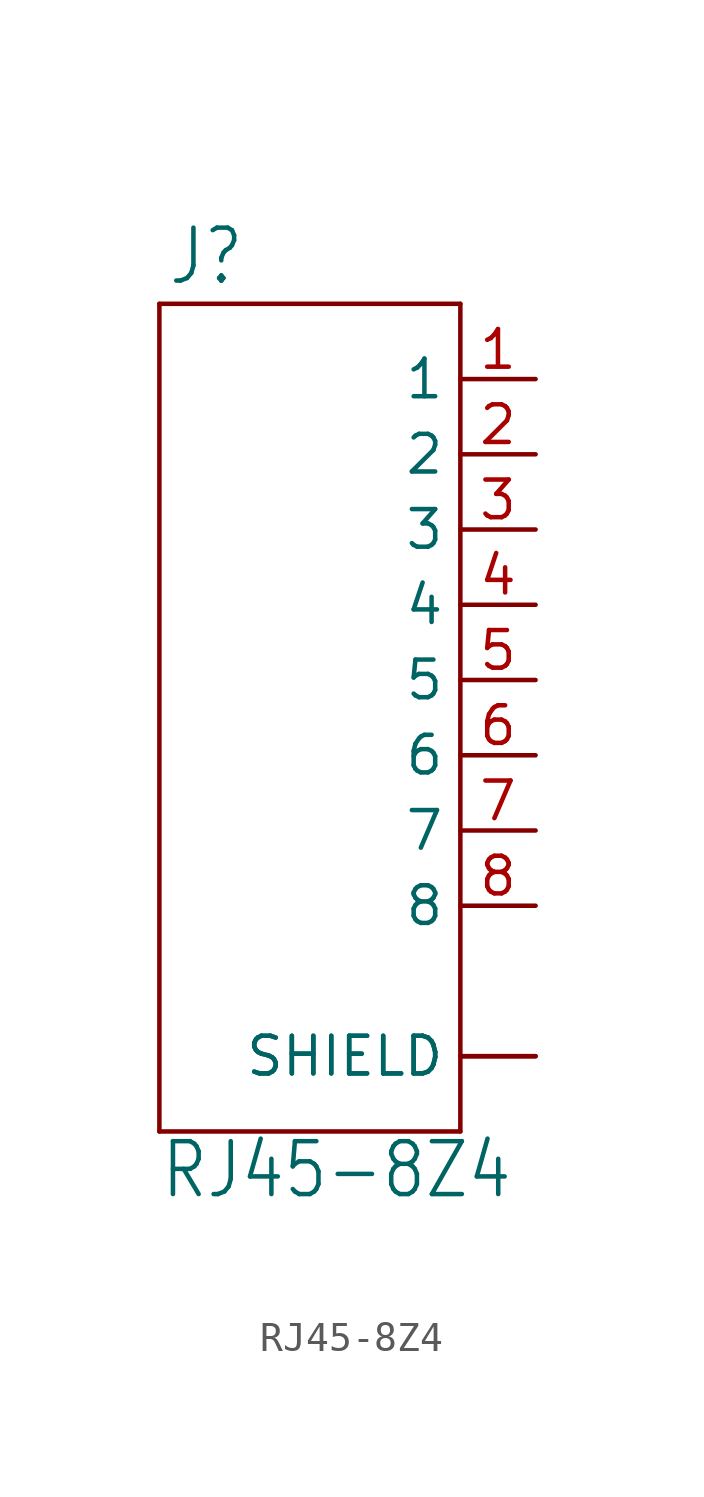
<source format=kicad_sym>
(kicad_symbol_lib
  (version 20211014)
  (generator kicad_symbol_editor)
  (symbol "RJ45-8Z4"
    (property "Reference" "J"
      (at -4.826 15.799 0)
      (effects (font (size 1.786 1.518)) (justify left bottom)))
    (property "Value" "RJ45-8Z4"
      (at -5.083 -15.039 0)
      (effects (font (size 1.785 1.517)) (justify left bottom)))
    (property "ki_locked" ""
      (at 0 0 0)
      (effects (font (size 1.27 1.27))))
    (symbol "RJ45-8Z4_1_0"
      (polyline (pts (xy -5.08 -12.7) (xy 5.08 -12.7)) (stroke (width 0.152) (type default) (color 0 0 0 0)) (fill (type none)))
      (polyline (pts (xy -5.08 15.24) (xy -5.08 -12.7)) (stroke (width 0.152) (type default) (color 0 0 0 0)) (fill (type none)))
      (polyline (pts (xy 5.08 -12.7) (xy 5.08 15.24)) (stroke (width 0.152) (type default) (color 0 0 0 0)) (fill (type none)))
      (polyline (pts (xy 5.08 15.24) (xy -5.08 15.24)) (stroke (width 0.152) (type default) (color 0 0 0 0)) (fill (type none)))
      (pin passive line (at 7.62 12.7 180) (length 2.54) (name "1" (effects (font (size 1.27 1.27)))) (number "1" (effects (font (size 1.27 1.27)))))
      (pin passive line (at 7.62 -10.16 180) (length 2.54) (name "SHIELD" (effects (font (size 1.27 1.27)))) (number "10" (effects (font (size 0 0)))))
      (pin passive line (at 7.62 10.16 180) (length 2.54) (name "2" (effects (font (size 1.27 1.27)))) (number "2" (effects (font (size 1.27 1.27)))))
      (pin passive line (at 7.62 7.62 180) (length 2.54) (name "3" (effects (font (size 1.27 1.27)))) (number "3" (effects (font (size 1.27 1.27)))))
      (pin passive line (at 7.62 5.08 180) (length 2.54) (name "4" (effects (font (size 1.27 1.27)))) (number "4" (effects (font (size 1.27 1.27)))))
      (pin passive line (at 7.62 2.54 180) (length 2.54) (name "5" (effects (font (size 1.27 1.27)))) (number "5" (effects (font (size 1.27 1.27)))))
      (pin passive line (at 7.62 0 180) (length 2.54) (name "6" (effects (font (size 1.27 1.27)))) (number "6" (effects (font (size 1.27 1.27)))))
      (pin passive line (at 7.62 -2.54 180) (length 2.54) (name "7" (effects (font (size 1.27 1.27)))) (number "7" (effects (font (size 1.27 1.27)))))
      (pin passive line (at 7.62 -5.08 180) (length 2.54) (name "8" (effects (font (size 1.27 1.27)))) (number "8" (effects (font (size 1.27 1.27)))))
      (pin passive line (at 7.62 -10.16 180) (length 2.54) (name "SHIELD" (effects (font (size 1.27 1.27)))) (number "9" (effects (font (size 0 0))))))))
</source>
